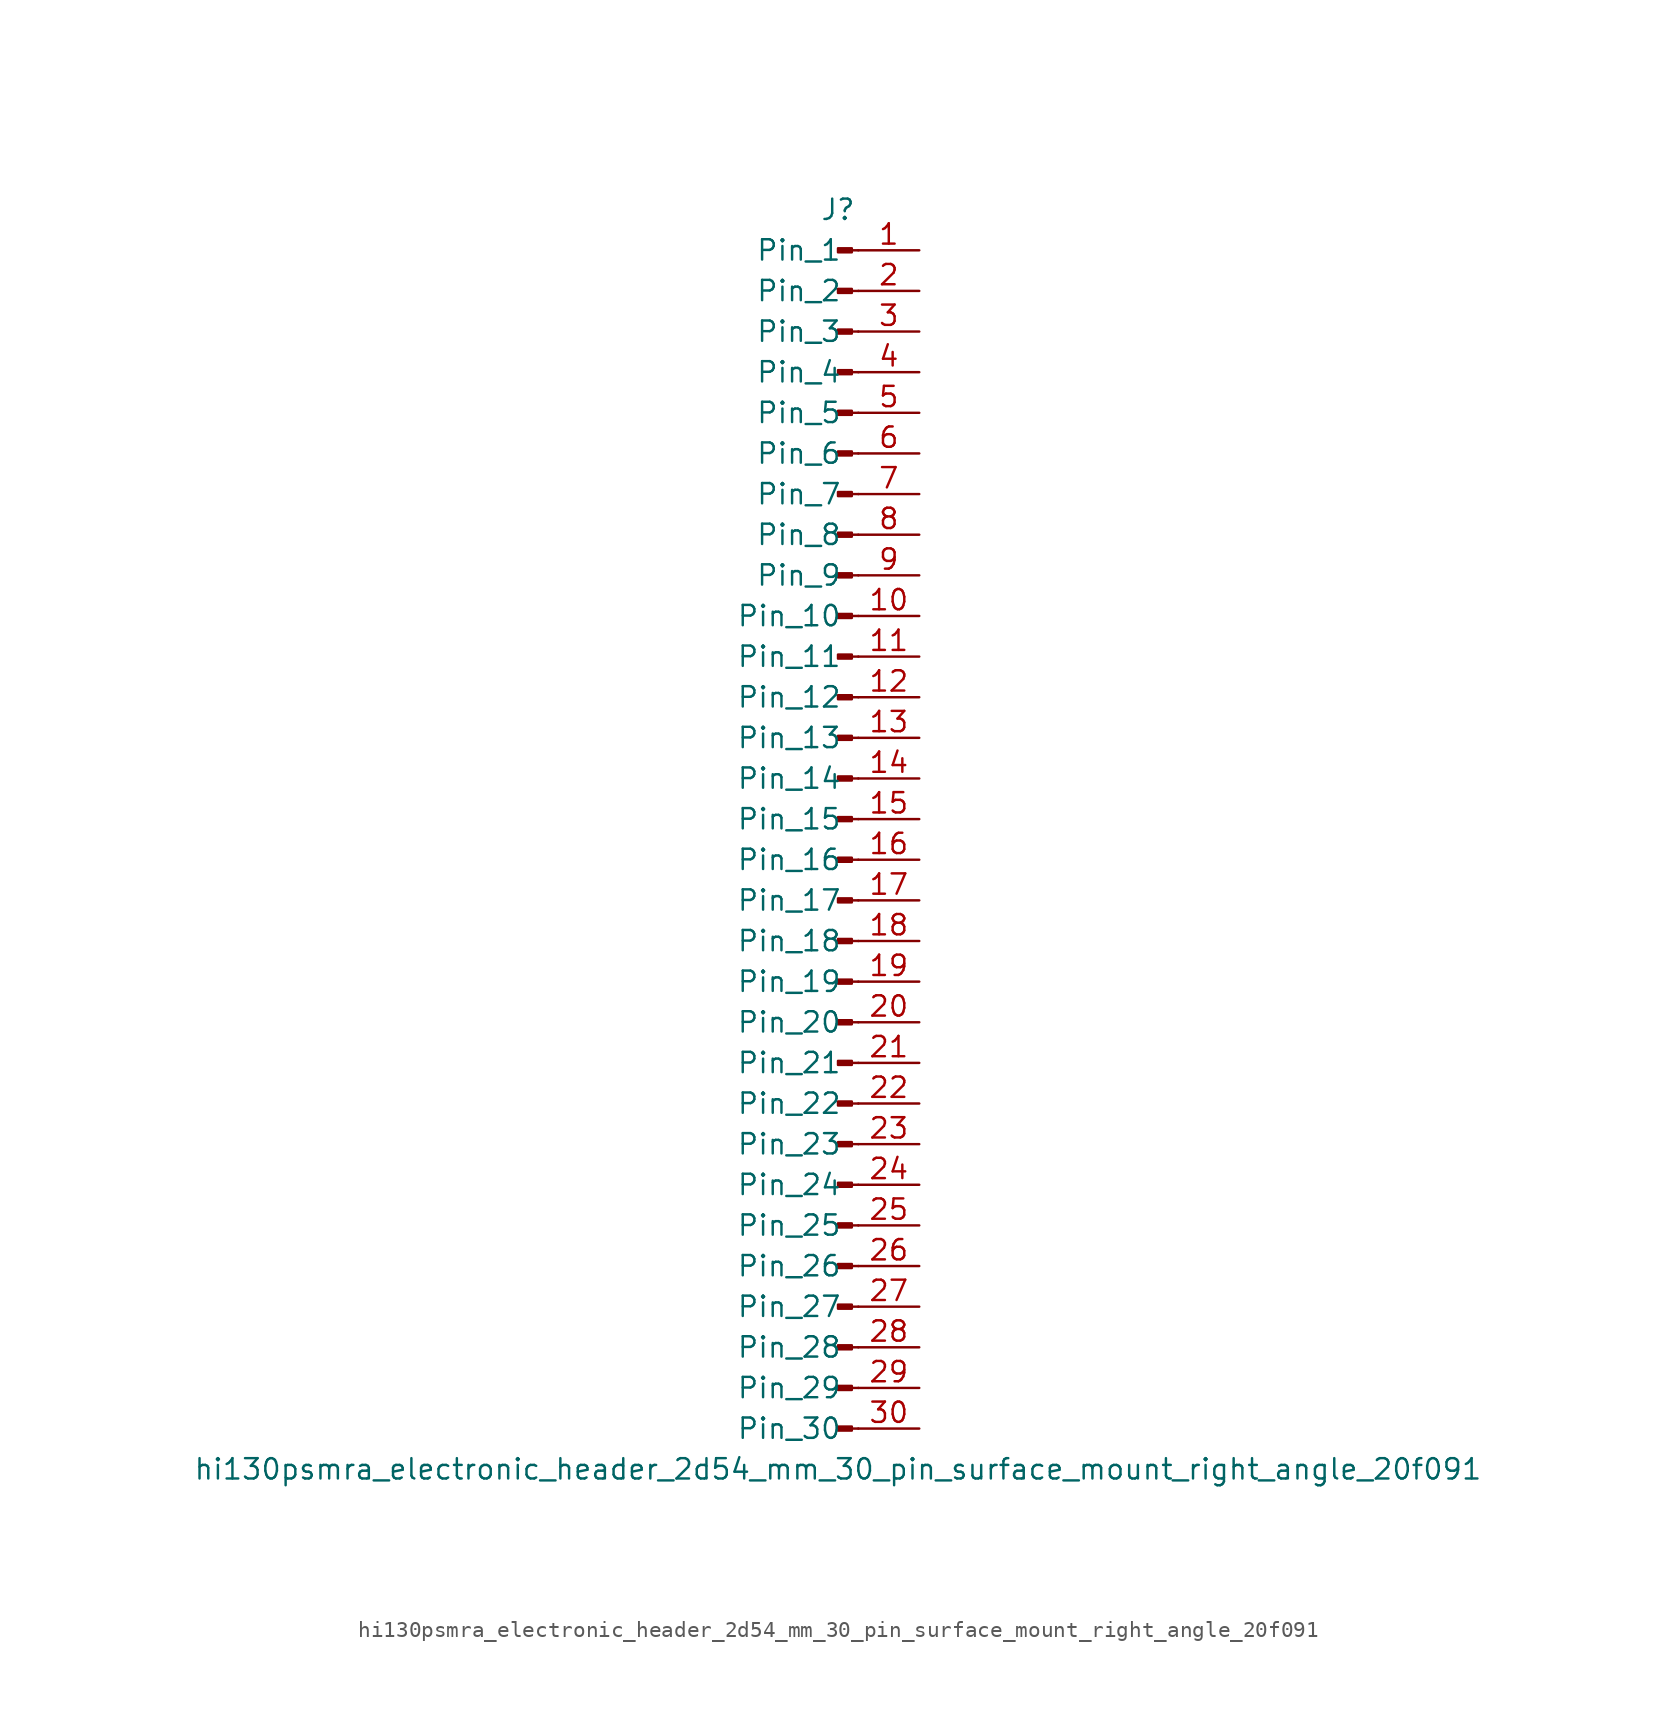
<source format=kicad_sym>
(kicad_symbol_lib
  (version 20220914)
  (generator kicad_symbol_editor)
  (symbol "hi130psmra_electronic_header_2d54_mm_30_pin_surface_mount_right_angle_20f091"
    (pin_names
      (offset 1.016))
    (property "Reference" "J"
      (at 0 38.1 0)
      (effects (font (size 1.27 1.27))))
    (property "Value" "hi130psmra_electronic_header_2d54_mm_30_pin_surface_mount_right_angle_20f091"
      (at 0 -40.64 0)
      (effects (font (size 1.27 1.27))))
    (property "ki_locked" ""
      (at 0 0 0)
      (effects (font (size 1.27 1.27))))
    (symbol "hi130psmra_electronic_header_2d54_mm_30_pin_surface_mount_right_angle_20f091_1_1"
      (polyline (pts (xy 1.27 -38.1) (xy 0.864 -38.1)) (stroke (width 0.152) (type default)) (fill (type none)))
      (polyline (pts (xy 1.27 -35.56) (xy 0.864 -35.56)) (stroke (width 0.152) (type default)) (fill (type none)))
      (polyline (pts (xy 1.27 -33.02) (xy 0.864 -33.02)) (stroke (width 0.152) (type default)) (fill (type none)))
      (polyline (pts (xy 1.27 -30.48) (xy 0.864 -30.48)) (stroke (width 0.152) (type default)) (fill (type none)))
      (polyline (pts (xy 1.27 -27.94) (xy 0.864 -27.94)) (stroke (width 0.152) (type default)) (fill (type none)))
      (polyline (pts (xy 1.27 -25.4) (xy 0.864 -25.4)) (stroke (width 0.152) (type default)) (fill (type none)))
      (polyline (pts (xy 1.27 -22.86) (xy 0.864 -22.86)) (stroke (width 0.152) (type default)) (fill (type none)))
      (polyline (pts (xy 1.27 -20.32) (xy 0.864 -20.32)) (stroke (width 0.152) (type default)) (fill (type none)))
      (polyline (pts (xy 1.27 -17.78) (xy 0.864 -17.78)) (stroke (width 0.152) (type default)) (fill (type none)))
      (polyline (pts (xy 1.27 -15.24) (xy 0.864 -15.24)) (stroke (width 0.152) (type default)) (fill (type none)))
      (polyline (pts (xy 1.27 -12.7) (xy 0.864 -12.7)) (stroke (width 0.152) (type default)) (fill (type none)))
      (polyline (pts (xy 1.27 -10.16) (xy 0.864 -10.16)) (stroke (width 0.152) (type default)) (fill (type none)))
      (polyline (pts (xy 1.27 -7.62) (xy 0.864 -7.62)) (stroke (width 0.152) (type default)) (fill (type none)))
      (polyline (pts (xy 1.27 -5.08) (xy 0.864 -5.08)) (stroke (width 0.152) (type default)) (fill (type none)))
      (polyline (pts (xy 1.27 -2.54) (xy 0.864 -2.54)) (stroke (width 0.152) (type default)) (fill (type none)))
      (polyline (pts (xy 1.27 0) (xy 0.864 0)) (stroke (width 0.152) (type default)) (fill (type none)))
      (polyline (pts (xy 1.27 2.54) (xy 0.864 2.54)) (stroke (width 0.152) (type default)) (fill (type none)))
      (polyline (pts (xy 1.27 5.08) (xy 0.864 5.08)) (stroke (width 0.152) (type default)) (fill (type none)))
      (polyline (pts (xy 1.27 7.62) (xy 0.864 7.62)) (stroke (width 0.152) (type default)) (fill (type none)))
      (polyline (pts (xy 1.27 10.16) (xy 0.864 10.16)) (stroke (width 0.152) (type default)) (fill (type none)))
      (polyline (pts (xy 1.27 12.7) (xy 0.864 12.7)) (stroke (width 0.152) (type default)) (fill (type none)))
      (polyline (pts (xy 1.27 15.24) (xy 0.864 15.24)) (stroke (width 0.152) (type default)) (fill (type none)))
      (polyline (pts (xy 1.27 17.78) (xy 0.864 17.78)) (stroke (width 0.152) (type default)) (fill (type none)))
      (polyline (pts (xy 1.27 20.32) (xy 0.864 20.32)) (stroke (width 0.152) (type default)) (fill (type none)))
      (polyline (pts (xy 1.27 22.86) (xy 0.864 22.86)) (stroke (width 0.152) (type default)) (fill (type none)))
      (polyline (pts (xy 1.27 25.4) (xy 0.864 25.4)) (stroke (width 0.152) (type default)) (fill (type none)))
      (polyline (pts (xy 1.27 27.94) (xy 0.864 27.94)) (stroke (width 0.152) (type default)) (fill (type none)))
      (polyline (pts (xy 1.27 30.48) (xy 0.864 30.48)) (stroke (width 0.152) (type default)) (fill (type none)))
      (polyline (pts (xy 1.27 33.02) (xy 0.864 33.02)) (stroke (width 0.152) (type default)) (fill (type none)))
      (polyline (pts (xy 1.27 35.56) (xy 0.864 35.56)) (stroke (width 0.152) (type default)) (fill (type none)))
      (rectangle (start 0.864 -37.973) (end 0 -38.227) (stroke (width 0.152) (type default)) (fill (type outline)))
      (rectangle (start 0.864 -35.433) (end 0 -35.687) (stroke (width 0.152) (type default)) (fill (type outline)))
      (rectangle (start 0.864 -32.893) (end 0 -33.147) (stroke (width 0.152) (type default)) (fill (type outline)))
      (rectangle (start 0.864 -30.353) (end 0 -30.607) (stroke (width 0.152) (type default)) (fill (type outline)))
      (rectangle (start 0.864 -27.813) (end 0 -28.067) (stroke (width 0.152) (type default)) (fill (type outline)))
      (rectangle (start 0.864 -25.273) (end 0 -25.527) (stroke (width 0.152) (type default)) (fill (type outline)))
      (rectangle (start 0.864 -22.733) (end 0 -22.987) (stroke (width 0.152) (type default)) (fill (type outline)))
      (rectangle (start 0.864 -20.193) (end 0 -20.447) (stroke (width 0.152) (type default)) (fill (type outline)))
      (rectangle (start 0.864 -17.653) (end 0 -17.907) (stroke (width 0.152) (type default)) (fill (type outline)))
      (rectangle (start 0.864 -15.113) (end 0 -15.367) (stroke (width 0.152) (type default)) (fill (type outline)))
      (rectangle (start 0.864 -12.573) (end 0 -12.827) (stroke (width 0.152) (type default)) (fill (type outline)))
      (rectangle (start 0.864 -10.033) (end 0 -10.287) (stroke (width 0.152) (type default)) (fill (type outline)))
      (rectangle (start 0.864 -7.493) (end 0 -7.747) (stroke (width 0.152) (type default)) (fill (type outline)))
      (rectangle (start 0.864 -4.953) (end 0 -5.207) (stroke (width 0.152) (type default)) (fill (type outline)))
      (rectangle (start 0.864 -2.413) (end 0 -2.667) (stroke (width 0.152) (type default)) (fill (type outline)))
      (rectangle (start 0.864 0.127) (end 0 -0.127) (stroke (width 0.152) (type default)) (fill (type outline)))
      (rectangle (start 0.864 2.667) (end 0 2.413) (stroke (width 0.152) (type default)) (fill (type outline)))
      (rectangle (start 0.864 5.207) (end 0 4.953) (stroke (width 0.152) (type default)) (fill (type outline)))
      (rectangle (start 0.864 7.747) (end 0 7.493) (stroke (width 0.152) (type default)) (fill (type outline)))
      (rectangle (start 0.864 10.287) (end 0 10.033) (stroke (width 0.152) (type default)) (fill (type outline)))
      (rectangle (start 0.864 12.827) (end 0 12.573) (stroke (width 0.152) (type default)) (fill (type outline)))
      (rectangle (start 0.864 15.367) (end 0 15.113) (stroke (width 0.152) (type default)) (fill (type outline)))
      (rectangle (start 0.864 17.907) (end 0 17.653) (stroke (width 0.152) (type default)) (fill (type outline)))
      (rectangle (start 0.864 20.447) (end 0 20.193) (stroke (width 0.152) (type default)) (fill (type outline)))
      (rectangle (start 0.864 22.987) (end 0 22.733) (stroke (width 0.152) (type default)) (fill (type outline)))
      (rectangle (start 0.864 25.527) (end 0 25.273) (stroke (width 0.152) (type default)) (fill (type outline)))
      (rectangle (start 0.864 28.067) (end 0 27.813) (stroke (width 0.152) (type default)) (fill (type outline)))
      (rectangle (start 0.864 30.607) (end 0 30.353) (stroke (width 0.152) (type default)) (fill (type outline)))
      (rectangle (start 0.864 33.147) (end 0 32.893) (stroke (width 0.152) (type default)) (fill (type outline)))
      (rectangle (start 0.864 35.687) (end 0 35.433) (stroke (width 0.152) (type default)) (fill (type outline)))
      (pin passive line (at 5.08 35.56 180) (length 3.81) (name "Pin_1" (effects (font (size 1.27 1.27)))) (number "1" (effects (font (size 1.27 1.27)))))
      (pin passive line (at 5.08 12.7 180) (length 3.81) (name "Pin_10" (effects (font (size 1.27 1.27)))) (number "10" (effects (font (size 1.27 1.27)))))
      (pin passive line (at 5.08 10.16 180) (length 3.81) (name "Pin_11" (effects (font (size 1.27 1.27)))) (number "11" (effects (font (size 1.27 1.27)))))
      (pin passive line (at 5.08 7.62 180) (length 3.81) (name "Pin_12" (effects (font (size 1.27 1.27)))) (number "12" (effects (font (size 1.27 1.27)))))
      (pin passive line (at 5.08 5.08 180) (length 3.81) (name "Pin_13" (effects (font (size 1.27 1.27)))) (number "13" (effects (font (size 1.27 1.27)))))
      (pin passive line (at 5.08 2.54 180) (length 3.81) (name "Pin_14" (effects (font (size 1.27 1.27)))) (number "14" (effects (font (size 1.27 1.27)))))
      (pin passive line (at 5.08 0 180) (length 3.81) (name "Pin_15" (effects (font (size 1.27 1.27)))) (number "15" (effects (font (size 1.27 1.27)))))
      (pin passive line (at 5.08 -2.54 180) (length 3.81) (name "Pin_16" (effects (font (size 1.27 1.27)))) (number "16" (effects (font (size 1.27 1.27)))))
      (pin passive line (at 5.08 -5.08 180) (length 3.81) (name "Pin_17" (effects (font (size 1.27 1.27)))) (number "17" (effects (font (size 1.27 1.27)))))
      (pin passive line (at 5.08 -7.62 180) (length 3.81) (name "Pin_18" (effects (font (size 1.27 1.27)))) (number "18" (effects (font (size 1.27 1.27)))))
      (pin passive line (at 5.08 -10.16 180) (length 3.81) (name "Pin_19" (effects (font (size 1.27 1.27)))) (number "19" (effects (font (size 1.27 1.27)))))
      (pin passive line (at 5.08 33.02 180) (length 3.81) (name "Pin_2" (effects (font (size 1.27 1.27)))) (number "2" (effects (font (size 1.27 1.27)))))
      (pin passive line (at 5.08 -12.7 180) (length 3.81) (name "Pin_20" (effects (font (size 1.27 1.27)))) (number "20" (effects (font (size 1.27 1.27)))))
      (pin passive line (at 5.08 -15.24 180) (length 3.81) (name "Pin_21" (effects (font (size 1.27 1.27)))) (number "21" (effects (font (size 1.27 1.27)))))
      (pin passive line (at 5.08 -17.78 180) (length 3.81) (name "Pin_22" (effects (font (size 1.27 1.27)))) (number "22" (effects (font (size 1.27 1.27)))))
      (pin passive line (at 5.08 -20.32 180) (length 3.81) (name "Pin_23" (effects (font (size 1.27 1.27)))) (number "23" (effects (font (size 1.27 1.27)))))
      (pin passive line (at 5.08 -22.86 180) (length 3.81) (name "Pin_24" (effects (font (size 1.27 1.27)))) (number "24" (effects (font (size 1.27 1.27)))))
      (pin passive line (at 5.08 -25.4 180) (length 3.81) (name "Pin_25" (effects (font (size 1.27 1.27)))) (number "25" (effects (font (size 1.27 1.27)))))
      (pin passive line (at 5.08 -27.94 180) (length 3.81) (name "Pin_26" (effects (font (size 1.27 1.27)))) (number "26" (effects (font (size 1.27 1.27)))))
      (pin passive line (at 5.08 -30.48 180) (length 3.81) (name "Pin_27" (effects (font (size 1.27 1.27)))) (number "27" (effects (font (size 1.27 1.27)))))
      (pin passive line (at 5.08 -33.02 180) (length 3.81) (name "Pin_28" (effects (font (size 1.27 1.27)))) (number "28" (effects (font (size 1.27 1.27)))))
      (pin passive line (at 5.08 -35.56 180) (length 3.81) (name "Pin_29" (effects (font (size 1.27 1.27)))) (number "29" (effects (font (size 1.27 1.27)))))
      (pin passive line (at 5.08 30.48 180) (length 3.81) (name "Pin_3" (effects (font (size 1.27 1.27)))) (number "3" (effects (font (size 1.27 1.27)))))
      (pin passive line (at 5.08 -38.1 180) (length 3.81) (name "Pin_30" (effects (font (size 1.27 1.27)))) (number "30" (effects (font (size 1.27 1.27)))))
      (pin passive line (at 5.08 27.94 180) (length 3.81) (name "Pin_4" (effects (font (size 1.27 1.27)))) (number "4" (effects (font (size 1.27 1.27)))))
      (pin passive line (at 5.08 25.4 180) (length 3.81) (name "Pin_5" (effects (font (size 1.27 1.27)))) (number "5" (effects (font (size 1.27 1.27)))))
      (pin passive line (at 5.08 22.86 180) (length 3.81) (name "Pin_6" (effects (font (size 1.27 1.27)))) (number "6" (effects (font (size 1.27 1.27)))))
      (pin passive line (at 5.08 20.32 180) (length 3.81) (name "Pin_7" (effects (font (size 1.27 1.27)))) (number "7" (effects (font (size 1.27 1.27)))))
      (pin passive line (at 5.08 17.78 180) (length 3.81) (name "Pin_8" (effects (font (size 1.27 1.27)))) (number "8" (effects (font (size 1.27 1.27)))))
      (pin passive line (at 5.08 15.24 180) (length 3.81) (name "Pin_9" (effects (font (size 1.27 1.27)))) (number "9" (effects (font (size 1.27 1.27))))))))
</source>
